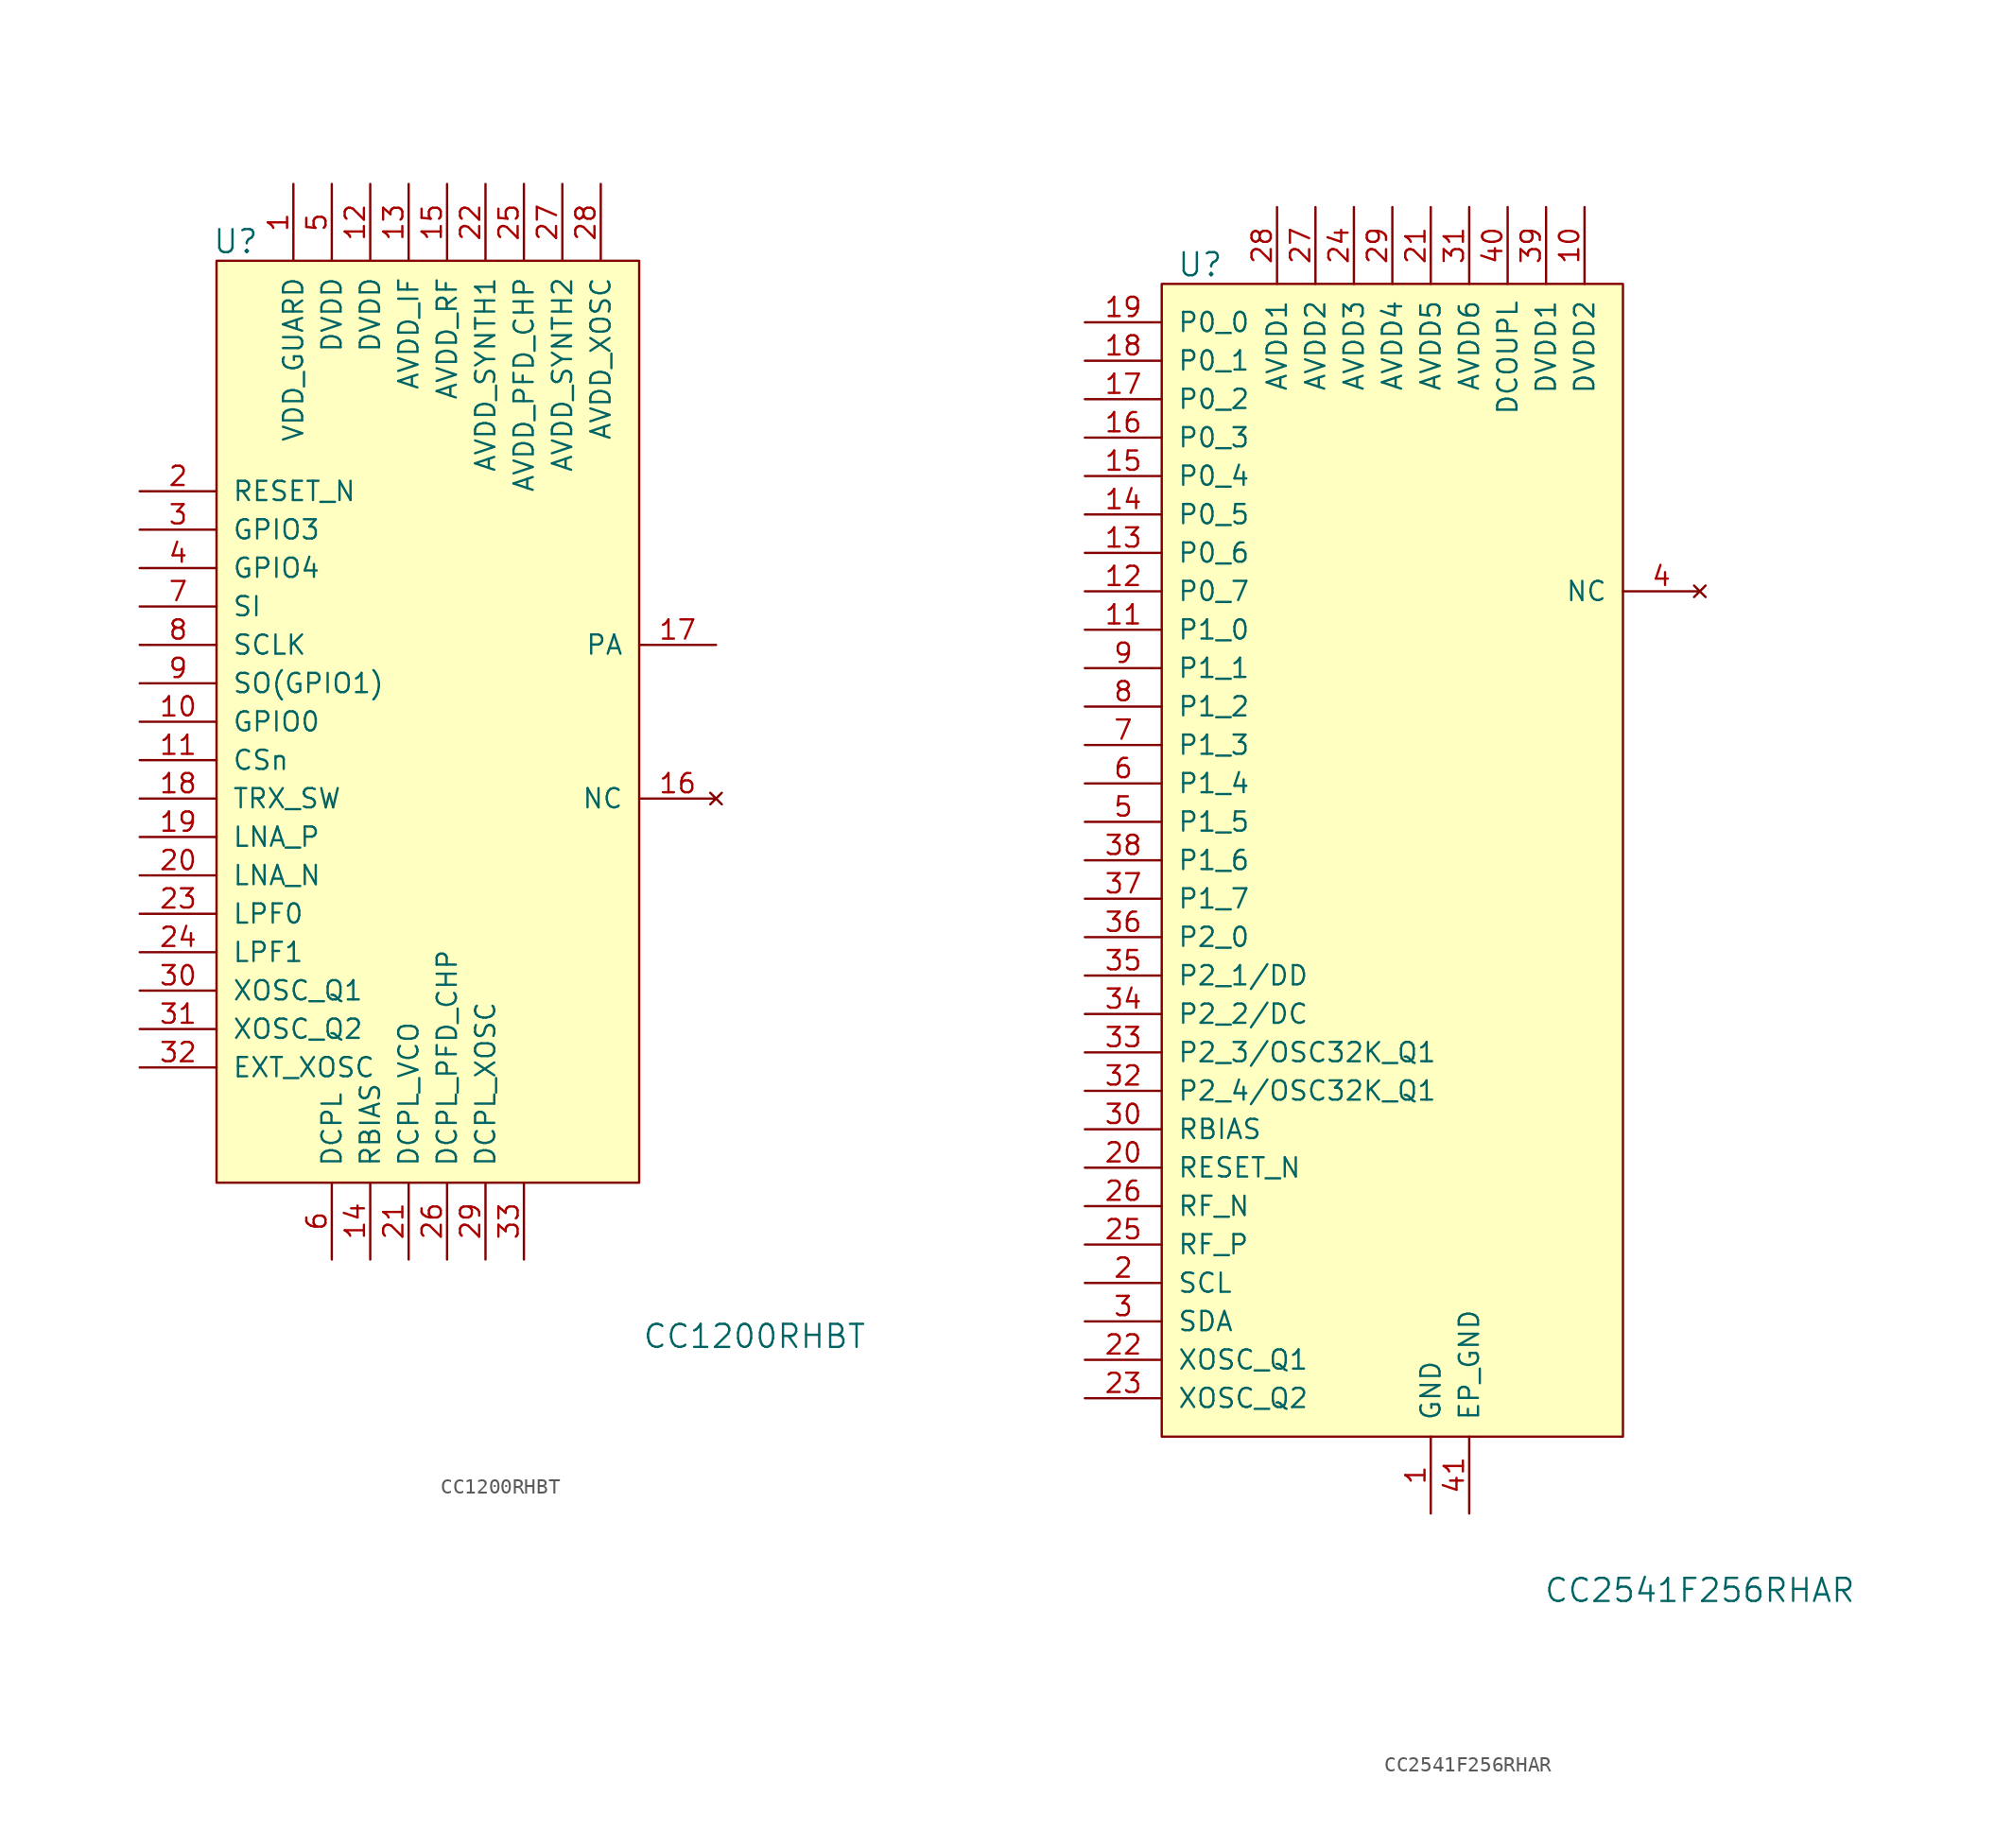
<source format=kicad_sym>
(kicad_symbol_lib
  (version 20201005)
  (generator kicad_symbol_editor)
  (symbol "CC1200RHBT"
    (pin_names
      (offset 1.016))
    (property "Reference" "U"
      (at -13.97 31.75 0)
      (effects (font (size 1.524 1.524))))
    (property "Value" "CC1200RHBT"
      (at 20.32 -40.64 0)
      (effects (font (size 1.524 1.524))))
    (symbol "CC1200RHBT_0_1"
      (rectangle (start -15.24 30.48) (end 12.7 -30.48) (stroke (width 0)) (fill (type background))))
    (symbol "CC1200RHBT_1_1"
      (pin power_in line (at -10.16 35.56 270) (length 5.08) (name "VDD_GUARD" (effects (font (size 1.27 1.27)))) (number "1" (effects (font (size 1.27 1.27)))))
      (pin input line (at -20.32 15.24 0) (length 5.08) (name "RESET_N" (effects (font (size 1.27 1.27)))) (number "2" (effects (font (size 1.27 1.27)))))
      (pin bidirectional line (at -20.32 12.7 0) (length 5.08) (name "GPIO3" (effects (font (size 1.27 1.27)))) (number "3" (effects (font (size 1.27 1.27)))))
      (pin bidirectional line (at -20.32 10.16 0) (length 5.08) (name "GPIO4" (effects (font (size 1.27 1.27)))) (number "4" (effects (font (size 1.27 1.27)))))
      (pin power_in line (at -7.62 35.56 270) (length 5.08) (name "DVDD" (effects (font (size 1.27 1.27)))) (number "5" (effects (font (size 1.27 1.27)))))
      (pin power_out line (at -7.62 -35.56 90) (length 5.08) (name "DCPL" (effects (font (size 1.27 1.27)))) (number "6" (effects (font (size 1.27 1.27)))))
      (pin input line (at -20.32 7.62 0) (length 5.08) (name "SI" (effects (font (size 1.27 1.27)))) (number "7" (effects (font (size 1.27 1.27)))))
      (pin input line (at -20.32 5.08 0) (length 5.08) (name "SCLK" (effects (font (size 1.27 1.27)))) (number "8" (effects (font (size 1.27 1.27)))))
      (pin bidirectional line (at -20.32 2.54 0) (length 5.08) (name "SO(GPIO1)" (effects (font (size 1.27 1.27)))) (number "9" (effects (font (size 1.27 1.27)))))
      (pin bidirectional line (at -20.32 0 0) (length 5.08) (name "GPIO0" (effects (font (size 1.27 1.27)))) (number "10" (effects (font (size 1.27 1.27)))))
      (pin input line (at -20.32 -10.16 0) (length 5.08) (name "LNA_N" (effects (font (size 1.27 1.27)))) (number "20" (effects (font (size 1.27 1.27)))))
      (pin unspecified line (at -20.32 -17.78 0) (length 5.08) (name "XOSC_Q1" (effects (font (size 1.27 1.27)))) (number "30" (effects (font (size 1.27 1.27)))))
      (pin input line (at -20.32 -2.54 0) (length 5.08) (name "CSn" (effects (font (size 1.27 1.27)))) (number "11" (effects (font (size 1.27 1.27)))))
      (pin power_in line (at -2.54 -35.56 90) (length 5.08) (name "DCPL_VCO" (effects (font (size 1.27 1.27)))) (number "21" (effects (font (size 1.27 1.27)))))
      (pin unspecified line (at -20.32 -20.32 0) (length 5.08) (name "XOSC_Q2" (effects (font (size 1.27 1.27)))) (number "31" (effects (font (size 1.27 1.27)))))
      (pin power_in line (at -5.08 35.56 270) (length 5.08) (name "DVDD" (effects (font (size 1.27 1.27)))) (number "12" (effects (font (size 1.27 1.27)))))
      (pin power_in line (at 2.54 35.56 270) (length 5.08) (name "AVDD_SYNTH1" (effects (font (size 1.27 1.27)))) (number "22" (effects (font (size 1.27 1.27)))))
      (pin input line (at -20.32 -22.86 0) (length 5.08) (name "EXT_XOSC" (effects (font (size 1.27 1.27)))) (number "32" (effects (font (size 1.27 1.27)))))
      (pin power_in line (at -2.54 35.56 270) (length 5.08) (name "AVDD_IF" (effects (font (size 1.27 1.27)))) (number "13" (effects (font (size 1.27 1.27)))))
      (pin unspecified line (at -20.32 -12.7 0) (length 5.08) (name "LPF0" (effects (font (size 1.27 1.27)))) (number "23" (effects (font (size 1.27 1.27)))))
      (pin power_in line (at 5.08 -35.56 90) (length 5.08) (name "~" (effects (font (size 1.27 1.27)))) (number "33" (effects (font (size 1.27 1.27)))))
      (pin power_in line (at -5.08 -35.56 90) (length 5.08) (name "RBIAS" (effects (font (size 1.27 1.27)))) (number "14" (effects (font (size 1.27 1.27)))))
      (pin unspecified line (at -20.32 -15.24 0) (length 5.08) (name "LPF1" (effects (font (size 1.27 1.27)))) (number "24" (effects (font (size 1.27 1.27)))))
      (pin power_in line (at 0 35.56 270) (length 5.08) (name "AVDD_RF" (effects (font (size 1.27 1.27)))) (number "15" (effects (font (size 1.27 1.27)))))
      (pin power_in line (at 5.08 35.56 270) (length 5.08) (name "AVDD_PFD_CHP" (effects (font (size 1.27 1.27)))) (number "25" (effects (font (size 1.27 1.27)))))
      (pin no_connect line (at 17.78 -5.08 180) (length 5.08) (name "NC" (effects (font (size 1.27 1.27)))) (number "16" (effects (font (size 1.27 1.27)))))
      (pin power_in line (at 0 -35.56 90) (length 5.08) (name "DCPL_PFD_CHP" (effects (font (size 1.27 1.27)))) (number "26" (effects (font (size 1.27 1.27)))))
      (pin output line (at 17.78 5.08 180) (length 5.08) (name "PA" (effects (font (size 1.27 1.27)))) (number "17" (effects (font (size 1.27 1.27)))))
      (pin power_in line (at 7.62 35.56 270) (length 5.08) (name "AVDD_SYNTH2" (effects (font (size 1.27 1.27)))) (number "27" (effects (font (size 1.27 1.27)))))
      (pin input line (at -20.32 -5.08 0) (length 5.08) (name "TRX_SW" (effects (font (size 1.27 1.27)))) (number "18" (effects (font (size 1.27 1.27)))))
      (pin power_in line (at 10.16 35.56 270) (length 5.08) (name "AVDD_XOSC" (effects (font (size 1.27 1.27)))) (number "28" (effects (font (size 1.27 1.27)))))
      (pin input line (at -20.32 -7.62 0) (length 5.08) (name "LNA_P" (effects (font (size 1.27 1.27)))) (number "19" (effects (font (size 1.27 1.27)))))
      (pin power_in line (at 2.54 -35.56 90) (length 5.08) (name "DCPL_XOSC" (effects (font (size 1.27 1.27)))) (number "29" (effects (font (size 1.27 1.27)))))))
  (symbol "CC2541F256RHAR"
    (pin_names
      (offset 1.016))
    (property "Reference" "U"
      (at -10.16 41.91 0)
      (effects (font (size 1.524 1.524))))
    (property "Value" "CC2541F256RHAR"
      (at 22.86 -45.72 0)
      (effects (font (size 1.524 1.524))))
    (symbol "CC2541F256RHAR_0_1"
      (rectangle (start -12.7 40.64) (end 17.78 -35.56) (stroke (width 0)) (fill (type background))))
    (symbol "CC2541F256RHAR_1_1"
      (pin power_in line (at 5.08 -40.64 90) (length 5.08) (name "GND" (effects (font (size 1.27 1.27)))) (number "1" (effects (font (size 1.27 1.27)))))
      (pin bidirectional line (at -17.78 -25.4 0) (length 5.08) (name "SCL" (effects (font (size 1.27 1.27)))) (number "2" (effects (font (size 1.27 1.27)))))
      (pin bidirectional line (at -17.78 -27.94 0) (length 5.08) (name "SDA" (effects (font (size 1.27 1.27)))) (number "3" (effects (font (size 1.27 1.27)))))
      (pin no_connect line (at 22.86 20.32 180) (length 5.08) (name "NC" (effects (font (size 1.27 1.27)))) (number "4" (effects (font (size 1.27 1.27)))))
      (pin bidirectional line (at -17.78 5.08 0) (length 5.08) (name "P1_5" (effects (font (size 1.27 1.27)))) (number "5" (effects (font (size 1.27 1.27)))))
      (pin bidirectional line (at -17.78 7.62 0) (length 5.08) (name "P1_4" (effects (font (size 1.27 1.27)))) (number "6" (effects (font (size 1.27 1.27)))))
      (pin bidirectional line (at -17.78 10.16 0) (length 5.08) (name "P1_3" (effects (font (size 1.27 1.27)))) (number "7" (effects (font (size 1.27 1.27)))))
      (pin bidirectional line (at -17.78 12.7 0) (length 5.08) (name "P1_2" (effects (font (size 1.27 1.27)))) (number "8" (effects (font (size 1.27 1.27)))))
      (pin bidirectional line (at -17.78 15.24 0) (length 5.08) (name "P1_1" (effects (font (size 1.27 1.27)))) (number "9" (effects (font (size 1.27 1.27)))))
      (pin power_in line (at 15.24 45.72 270) (length 5.08) (name "DVDD2" (effects (font (size 1.27 1.27)))) (number "10" (effects (font (size 1.27 1.27)))))
      (pin input line (at -17.78 -17.78 0) (length 5.08) (name "RESET_N" (effects (font (size 1.27 1.27)))) (number "20" (effects (font (size 1.27 1.27)))))
      (pin bidirectional line (at -17.78 -15.24 0) (length 5.08) (name "RBIAS" (effects (font (size 1.27 1.27)))) (number "30" (effects (font (size 1.27 1.27)))))
      (pin power_in line (at 10.16 45.72 270) (length 5.08) (name "DCOUPL" (effects (font (size 1.27 1.27)))) (number "40" (effects (font (size 1.27 1.27)))))
      (pin bidirectional line (at -17.78 17.78 0) (length 5.08) (name "P1_0" (effects (font (size 1.27 1.27)))) (number "11" (effects (font (size 1.27 1.27)))))
      (pin power_in line (at 5.08 45.72 270) (length 5.08) (name "AVDD5" (effects (font (size 1.27 1.27)))) (number "21" (effects (font (size 1.27 1.27)))))
      (pin power_in line (at 7.62 45.72 270) (length 5.08) (name "AVDD6" (effects (font (size 1.27 1.27)))) (number "31" (effects (font (size 1.27 1.27)))))
      (pin power_in line (at 7.62 -40.64 90) (length 5.08) (name "EP_GND" (effects (font (size 1.27 1.27)))) (number "41" (effects (font (size 1.27 1.27)))))
      (pin bidirectional line (at -17.78 20.32 0) (length 5.08) (name "P0_7" (effects (font (size 1.27 1.27)))) (number "12" (effects (font (size 1.27 1.27)))))
      (pin bidirectional line (at -17.78 -30.48 0) (length 5.08) (name "XOSC_Q1" (effects (font (size 1.27 1.27)))) (number "22" (effects (font (size 1.27 1.27)))))
      (pin bidirectional line (at -17.78 -12.7 0) (length 5.08) (name "P2_4/OSC32K_Q1" (effects (font (size 1.27 1.27)))) (number "32" (effects (font (size 1.27 1.27)))))
      (pin bidirectional line (at -17.78 22.86 0) (length 5.08) (name "P0_6" (effects (font (size 1.27 1.27)))) (number "13" (effects (font (size 1.27 1.27)))))
      (pin bidirectional line (at -17.78 -33.02 0) (length 5.08) (name "XOSC_Q2" (effects (font (size 1.27 1.27)))) (number "23" (effects (font (size 1.27 1.27)))))
      (pin bidirectional line (at -17.78 -10.16 0) (length 5.08) (name "P2_3/OSC32K_Q1" (effects (font (size 1.27 1.27)))) (number "33" (effects (font (size 1.27 1.27)))))
      (pin bidirectional line (at -17.78 25.4 0) (length 5.08) (name "P0_5" (effects (font (size 1.27 1.27)))) (number "14" (effects (font (size 1.27 1.27)))))
      (pin power_in line (at 0 45.72 270) (length 5.08) (name "AVDD3" (effects (font (size 1.27 1.27)))) (number "24" (effects (font (size 1.27 1.27)))))
      (pin bidirectional line (at -17.78 -7.62 0) (length 5.08) (name "P2_2/DC" (effects (font (size 1.27 1.27)))) (number "34" (effects (font (size 1.27 1.27)))))
      (pin bidirectional line (at -17.78 27.94 0) (length 5.08) (name "P0_4" (effects (font (size 1.27 1.27)))) (number "15" (effects (font (size 1.27 1.27)))))
      (pin bidirectional line (at -17.78 -22.86 0) (length 5.08) (name "RF_P" (effects (font (size 1.27 1.27)))) (number "25" (effects (font (size 1.27 1.27)))))
      (pin bidirectional line (at -17.78 -5.08 0) (length 5.08) (name "P2_1/DD" (effects (font (size 1.27 1.27)))) (number "35" (effects (font (size 1.27 1.27)))))
      (pin bidirectional line (at -17.78 30.48 0) (length 5.08) (name "P0_3" (effects (font (size 1.27 1.27)))) (number "16" (effects (font (size 1.27 1.27)))))
      (pin bidirectional line (at -17.78 -20.32 0) (length 5.08) (name "RF_N" (effects (font (size 1.27 1.27)))) (number "26" (effects (font (size 1.27 1.27)))))
      (pin bidirectional line (at -17.78 -2.54 0) (length 5.08) (name "P2_0" (effects (font (size 1.27 1.27)))) (number "36" (effects (font (size 1.27 1.27)))))
      (pin bidirectional line (at -17.78 33.02 0) (length 5.08) (name "P0_2" (effects (font (size 1.27 1.27)))) (number "17" (effects (font (size 1.27 1.27)))))
      (pin power_in line (at -2.54 45.72 270) (length 5.08) (name "AVDD2" (effects (font (size 1.27 1.27)))) (number "27" (effects (font (size 1.27 1.27)))))
      (pin bidirectional line (at -17.78 0 0) (length 5.08) (name "P1_7" (effects (font (size 1.27 1.27)))) (number "37" (effects (font (size 1.27 1.27)))))
      (pin bidirectional line (at -17.78 35.56 0) (length 5.08) (name "P0_1" (effects (font (size 1.27 1.27)))) (number "18" (effects (font (size 1.27 1.27)))))
      (pin power_in line (at -5.08 45.72 270) (length 5.08) (name "AVDD1" (effects (font (size 1.27 1.27)))) (number "28" (effects (font (size 1.27 1.27)))))
      (pin bidirectional line (at -17.78 2.54 0) (length 5.08) (name "P1_6" (effects (font (size 1.27 1.27)))) (number "38" (effects (font (size 1.27 1.27)))))
      (pin bidirectional line (at -17.78 38.1 0) (length 5.08) (name "P0_0" (effects (font (size 1.27 1.27)))) (number "19" (effects (font (size 1.27 1.27)))))
      (pin power_in line (at 2.54 45.72 270) (length 5.08) (name "AVDD4" (effects (font (size 1.27 1.27)))) (number "29" (effects (font (size 1.27 1.27)))))
      (pin power_in line (at 12.7 45.72 270) (length 5.08) (name "DVDD1" (effects (font (size 1.27 1.27)))) (number "39" (effects (font (size 1.27 1.27))))))))
</source>
